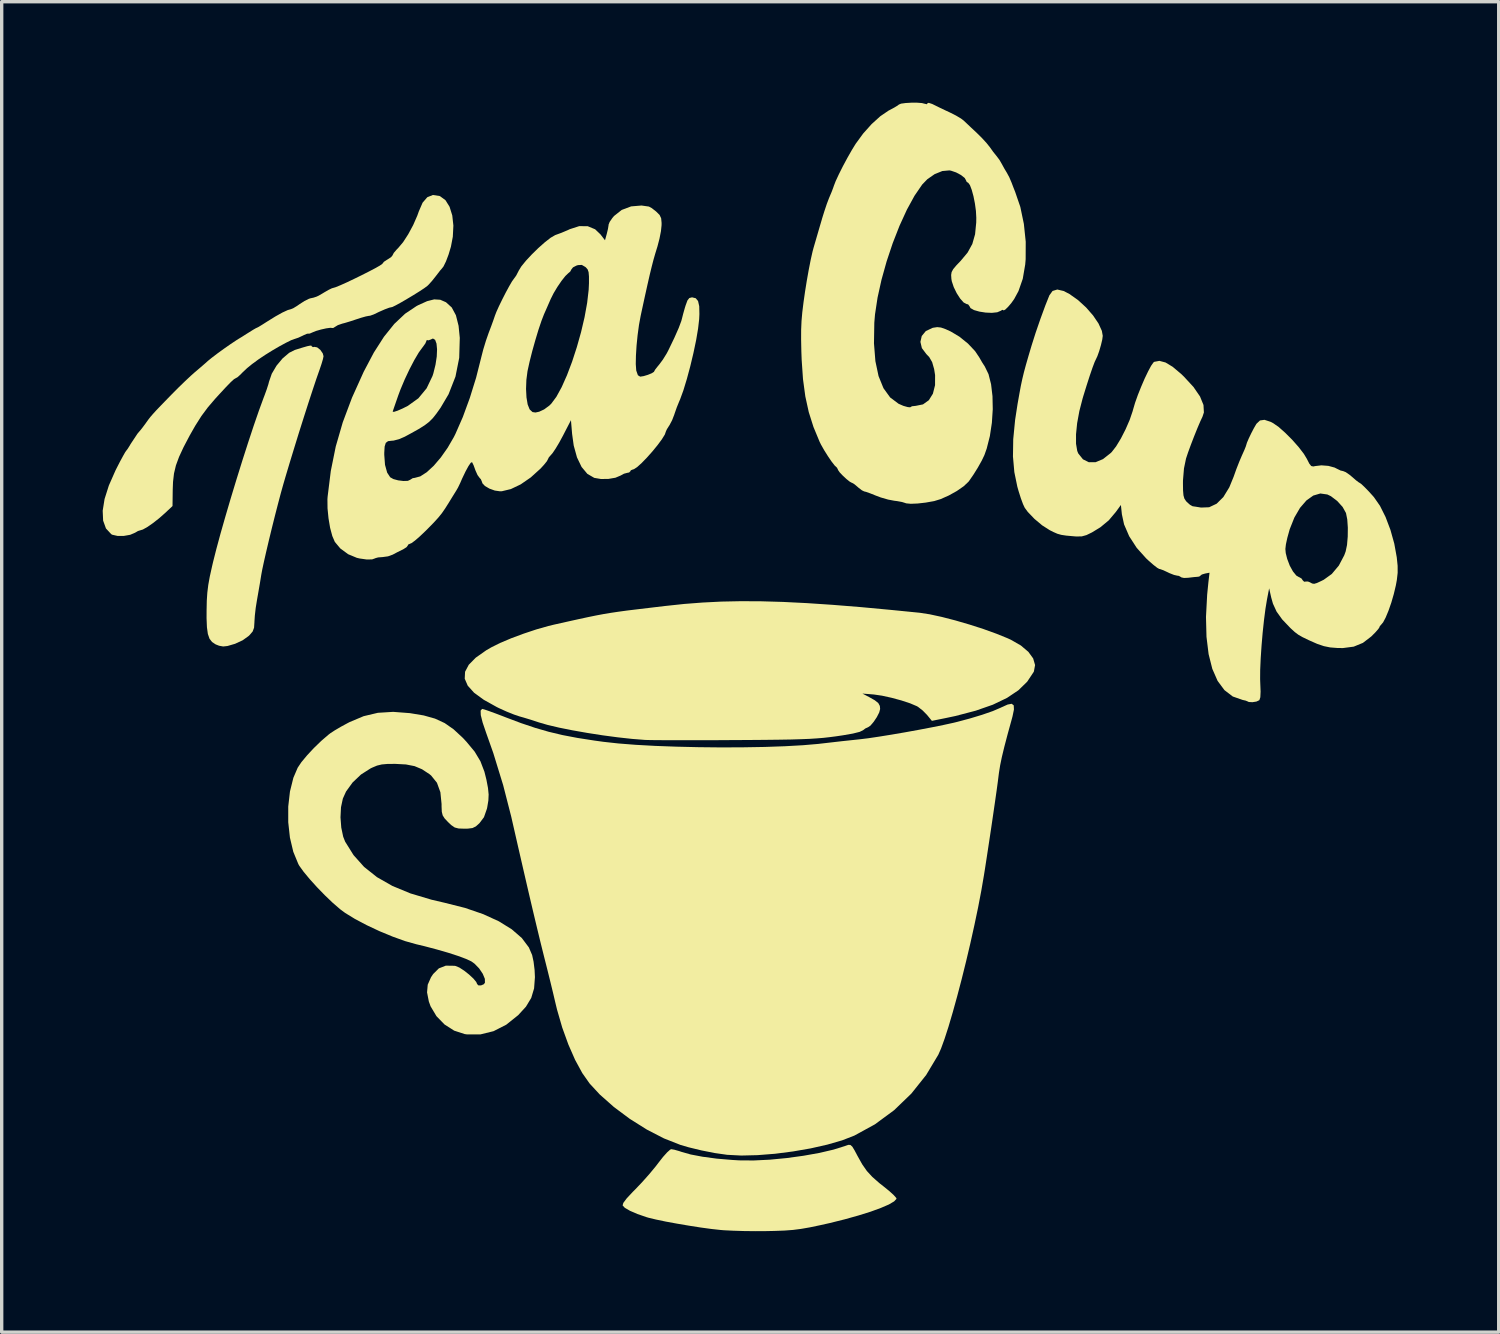
<source format=kicad_pcb>
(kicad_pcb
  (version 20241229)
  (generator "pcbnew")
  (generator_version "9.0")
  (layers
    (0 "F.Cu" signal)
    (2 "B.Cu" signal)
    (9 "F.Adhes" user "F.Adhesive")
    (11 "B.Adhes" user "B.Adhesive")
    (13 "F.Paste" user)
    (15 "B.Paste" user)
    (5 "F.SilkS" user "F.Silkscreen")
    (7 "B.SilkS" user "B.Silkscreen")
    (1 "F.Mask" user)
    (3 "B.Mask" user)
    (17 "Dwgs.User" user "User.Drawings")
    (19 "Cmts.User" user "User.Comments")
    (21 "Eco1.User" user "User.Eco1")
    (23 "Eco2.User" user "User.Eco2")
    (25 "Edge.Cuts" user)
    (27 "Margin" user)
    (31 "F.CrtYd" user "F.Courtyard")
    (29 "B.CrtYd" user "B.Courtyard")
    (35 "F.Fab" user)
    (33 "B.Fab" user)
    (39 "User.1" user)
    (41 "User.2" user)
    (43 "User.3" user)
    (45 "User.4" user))
  (footprint "Teacup-logo"
    (layer "F.Cu")
    (at 19.284 17.956)
    (property "Reference" "Teacup-logo" (at 0 0 0) (unlocked yes) (layer "F.SilkS") (effects (font (size 0.6 0.5) (thickness 0.12))))
    (attr board_only exclude_from_pos_files exclude_from_bom)
    (fp_poly (pts (xy 2.925 13.001) (xy 2.98 13.05) (xy 3.047 13.16) (xy 3.135 13.326) (xy 3.275 13.576) (xy 3.413 13.774) (xy 3.576 13.951) (xy 3.787 14.136) (xy 3.918 14.239) (xy 4.083 14.373) (xy 4.21 14.489) (xy 4.283 14.571) (xy 4.294 14.599) (xy 4.223 14.676) (xy 4.065 14.769) (xy 3.828 14.871) (xy 3.525 14.982) (xy 3.163 15.095) (xy 2.756 15.209) (xy 2.311 15.32) (xy 2.029 15.383) (xy 1.719 15.448) (xy 1.46 15.493) (xy 1.22 15.524) (xy 0.966 15.543) (xy 0.666 15.554) (xy 0.426 15.559) (xy 0.096 15.561) (xy -0.245 15.557) (xy -0.564 15.547) (xy -0.83 15.534) (xy -0.927 15.526) (xy -1.202 15.496) (xy -1.526 15.452) (xy -1.876 15.397) (xy -2.229 15.337) (xy -2.561 15.276) (xy -2.848 15.216) (xy -3.069 15.163) (xy -3.131 15.145) (xy -3.403 15.051) (xy -3.623 14.956) (xy -3.774 14.869) (xy -3.842 14.797) (xy -3.821 14.722) (xy -3.722 14.589) (xy -3.543 14.397) (xy -3.471 14.325) (xy -3.266 14.11) (xy -3.048 13.865) (xy -2.853 13.629) (xy -2.776 13.528) (xy -2.642 13.357) (xy -2.522 13.223) (xy -2.432 13.142) (xy -2.399 13.126) (xy -2.304 13.142) (xy -2.16 13.183) (xy -2.098 13.204) (xy -1.821 13.283) (xy -1.463 13.351) (xy -1.044 13.407) (xy -0.583 13.446) (xy -0.376 13.458) (xy 0.052 13.461) (xy 0.528 13.438) (xy 1.027 13.39) (xy 1.525 13.322) (xy 1.998 13.238) (xy 2.421 13.139) (xy 2.77 13.03) (xy 2.784 13.024) (xy 2.865 12.997)) (stroke (width 0) (type solid)) (fill yes) (layer "F.SilkS"))
    (fp_poly (pts (xy -13.084 -10.739) (xy -13.076 -10.72) (xy -13.039 -10.695) (xy -12.999 -10.704) (xy -12.915 -10.689) (xy -12.821 -10.615) (xy -12.748 -10.511) (xy -12.725 -10.426) (xy -12.742 -10.341) (xy -12.785 -10.195) (xy -12.844 -10.021) (xy -12.932 -9.771) (xy -13.042 -9.442) (xy -13.169 -9.054) (xy -13.307 -8.624) (xy -13.451 -8.169) (xy -13.593 -7.709) (xy -13.73 -7.261) (xy -13.855 -6.843) (xy -13.922 -6.613) (xy -13.995 -6.352) (xy -14.078 -6.037) (xy -14.168 -5.688) (xy -14.259 -5.323) (xy -14.347 -4.961) (xy -14.427 -4.621) (xy -14.495 -4.322) (xy -14.546 -4.084) (xy -14.574 -3.933) (xy -14.612 -3.699) (xy -14.659 -3.427) (xy -14.702 -3.181) (xy -14.739 -2.951) (xy -14.765 -2.722) (xy -14.777 -2.54) (xy -14.777 -2.528) (xy -14.788 -2.363) (xy -14.83 -2.25) (xy -14.924 -2.14) (xy -14.952 -2.114) (xy -15.127 -1.989) (xy -15.351 -1.885) (xy -15.577 -1.819) (xy -15.706 -1.805) (xy -15.827 -1.827) (xy -15.931 -1.868) (xy -16.036 -1.938) (xy -16.111 -2.035) (xy -16.16 -2.176) (xy -16.188 -2.375) (xy -16.199 -2.647) (xy -16.198 -2.884) (xy -16.192 -3.167) (xy -16.176 -3.406) (xy -16.148 -3.633) (xy -16.103 -3.882) (xy -16.036 -4.183) (xy -16.006 -4.312) (xy -15.909 -4.696) (xy -15.786 -5.152) (xy -15.641 -5.66) (xy -15.481 -6.204) (xy -15.311 -6.764) (xy -15.137 -7.323) (xy -14.964 -7.862) (xy -14.798 -8.364) (xy -14.644 -8.81) (xy -14.508 -9.182) (xy -14.475 -9.268) (xy -14.412 -9.442) (xy -14.362 -9.597) (xy -14.344 -9.669) (xy -14.262 -9.906) (xy -14.121 -10.145) (xy -13.941 -10.361) (xy -13.744 -10.528) (xy -13.577 -10.612) (xy -13.352 -10.682) (xy -13.206 -10.724) (xy -13.122 -10.741)) (stroke (width 0) (type solid)) (fill yes) (layer "F.SilkS"))
    (fp_poly (pts (xy 0.276 -3.147) (xy 0.927 -3.128) (xy 1.629 -3.093) (xy 2.393 -3.042) (xy 3.227 -2.975) (xy 4.141 -2.89) (xy 4.985 -2.806) (xy 5.277 -2.761) (xy 5.637 -2.683) (xy 6.04 -2.579) (xy 6.462 -2.456) (xy 6.878 -2.322) (xy 7.263 -2.183) (xy 7.595 -2.048) (xy 7.691 -2.004) (xy 7.987 -1.834) (xy 8.209 -1.646) (xy 8.352 -1.45) (xy 8.409 -1.253) (xy 8.374 -1.064) (xy 8.365 -1.045) (xy 8.174 -0.758) (xy 7.912 -0.503) (xy 7.573 -0.276) (xy 7.153 -0.075) (xy 6.646 0.102) (xy 6.048 0.259) (xy 5.741 0.324) (xy 5.344 0.404) (xy 5.198 0.226) (xy 5.07 0.096) (xy 4.934 -0.01) (xy 4.899 -0.031) (xy 4.699 -0.116) (xy 4.435 -0.203) (xy 4.143 -0.282) (xy 3.86 -0.344) (xy 3.62 -0.379) (xy 3.607 -0.38) (xy 3.281 -0.406) (xy 3.475 -0.305) (xy 3.65 -0.206) (xy 3.752 -0.124) (xy 3.798 -0.04) (xy 3.807 0.051) (xy 3.779 0.156) (xy 3.709 0.293) (xy 3.616 0.432) (xy 3.521 0.544) (xy 3.444 0.597) (xy 3.436 0.599) (xy 3.366 0.631) (xy 3.299 0.683) (xy 3.199 0.731) (xy 3 0.781) (xy 2.703 0.833) (xy 2.494 0.864) (xy 2.308 0.888) (xy 2.122 0.909) (xy 1.925 0.925) (xy 1.706 0.939) (xy 1.452 0.949) (xy 1.153 0.958) (xy 0.796 0.964) (xy 0.37 0.969) (xy -0.137 0.973) (xy -0.551 0.975) (xy -1.037 0.978) (xy -1.501 0.979) (xy -1.932 0.979) (xy -2.319 0.979) (xy -2.65 0.978) (xy -2.914 0.976) (xy -3.098 0.973) (xy -3.181 0.97) (xy -3.563 0.94) (xy -3.989 0.893) (xy -4.44 0.833) (xy -4.894 0.762) (xy -5.332 0.685) (xy -5.731 0.605) (xy -6.073 0.524) (xy -6.335 0.448) (xy -6.337 0.447) (xy -6.553 0.376) (xy -6.78 0.307) (xy -6.901 0.273) (xy -7.07 0.216) (xy -7.287 0.129) (xy -7.514 0.026) (xy -7.577 -0.005) (xy -7.965 -0.221) (xy -8.254 -0.432) (xy -8.442 -0.641) (xy -8.531 -0.847) (xy -8.521 -1.054) (xy -8.411 -1.262) (xy -8.203 -1.473) (xy -7.895 -1.69) (xy -7.742 -1.779) (xy -7.48 -1.909) (xy -7.15 -2.049) (xy -6.781 -2.186) (xy -6.403 -2.312) (xy -6.047 -2.413) (xy -5.887 -2.452) (xy -5.481 -2.543) (xy -5.147 -2.617) (xy -4.869 -2.677) (xy -4.629 -2.726) (xy -4.411 -2.767) (xy -4.196 -2.803) (xy -3.968 -2.837) (xy -3.711 -2.872) (xy -3.406 -2.909) (xy -3.037 -2.953) (xy -2.586 -3.007) (xy -2.555 -3.01) (xy -2.013 -3.068) (xy -1.468 -3.11) (xy -0.912 -3.138) (xy -0.334 -3.15)) (stroke (width 0) (type solid)) (fill yes) (layer "F.SilkS"))
    (fp_poly (pts (xy 7.775 -0.056) (xy 7.781 0.067) (xy 7.739 0.271) (xy 7.715 0.36) (xy 7.592 0.807) (xy 7.496 1.173) (xy 7.423 1.475) (xy 7.371 1.727) (xy 7.336 1.946) (xy 7.324 2.04) (xy 7.302 2.215) (xy 7.267 2.473) (xy 7.221 2.795) (xy 7.167 3.166) (xy 7.108 3.569) (xy 7.045 3.987) (xy 6.982 4.402) (xy 6.921 4.798) (xy 6.891 4.985) (xy 6.813 5.441) (xy 6.718 5.939) (xy 6.608 6.464) (xy 6.488 7.005) (xy 6.36 7.547) (xy 6.228 8.079) (xy 6.094 8.589) (xy 5.963 9.062) (xy 5.838 9.486) (xy 5.721 9.848) (xy 5.616 10.137) (xy 5.535 10.32) (xy 5.174 10.923) (xy 4.733 11.476) (xy 4.222 11.968) (xy 3.652 12.388) (xy 3.042 12.722) (xy 2.679 12.863) (xy 2.24 12.99) (xy 1.745 13.102) (xy 1.22 13.193) (xy 0.686 13.262) (xy 0.166 13.303) (xy -0.317 13.315) (xy -0.74 13.293) (xy -0.751 13.291) (xy -1.103 13.241) (xy -1.497 13.163) (xy -1.881 13.07) (xy -2.129 12.997) (xy -2.616 12.805) (xy -3.123 12.543) (xy -3.626 12.227) (xy -4.1 11.874) (xy -4.52 11.502) (xy -4.819 11.179) (xy -5.038 10.868) (xy -5.252 10.475) (xy -5.453 10.017) (xy -5.635 9.514) (xy -5.789 8.982) (xy -5.835 8.792) (xy -5.903 8.503) (xy -5.98 8.185) (xy -6.053 7.89) (xy -6.084 7.765) (xy -6.18 7.385) (xy -6.282 6.975) (xy -6.391 6.524) (xy -6.51 6.025) (xy -6.641 5.466) (xy -6.786 4.839) (xy -6.948 4.134) (xy -7.129 3.341) (xy -7.148 3.256) (xy -7.389 2.316) (xy -7.683 1.359) (xy -7.894 0.763) (xy -7.999 0.455) (xy -8.054 0.235) (xy -8.059 0.1) (xy -8.015 0.05) (xy -8.01 0.05) (xy -7.944 0.067) (xy -7.805 0.115) (xy -7.61 0.186) (xy -7.379 0.274) (xy -7.321 0.297) (xy -6.859 0.471) (xy -6.44 0.612) (xy -6.039 0.728) (xy -5.629 0.826) (xy -5.184 0.911) (xy -4.678 0.99) (xy -4.409 1.027) (xy -3.973 1.075) (xy -3.454 1.116) (xy -2.872 1.148) (xy -2.243 1.171) (xy -1.585 1.186) (xy -0.916 1.193) (xy -0.254 1.19) (xy 0.383 1.179) (xy 0.978 1.158) (xy 1.512 1.128) (xy 1.969 1.089) (xy 2.054 1.079) (xy 2.359 1.044) (xy 2.682 1.007) (xy 2.982 0.975) (xy 3.206 0.951) (xy 3.453 0.921) (xy 3.774 0.873) (xy 4.147 0.813) (xy 4.549 0.744) (xy 4.957 0.67) (xy 5.349 0.595) (xy 5.7 0.524) (xy 5.988 0.461) (xy 6.062 0.443) (xy 6.469 0.335) (xy 6.839 0.223) (xy 7.153 0.114) (xy 7.389 0.013) (xy 7.407 0.004) (xy 7.593 -0.08) (xy 7.714 -0.103)) (stroke (width 0) (type solid)) (fill yes) (layer "F.SilkS"))
    (fp_poly (pts (xy -10.159 0.175) (xy -9.75 0.243) (xy -9.415 0.337) (xy -9.127 0.47) (xy -8.862 0.655) (xy -8.593 0.904) (xy -8.477 1.028) (xy -8.235 1.32) (xy -8.065 1.604) (xy -7.946 1.915) (xy -7.887 2.151) (xy -7.84 2.399) (xy -7.821 2.591) (xy -7.829 2.769) (xy -7.863 2.973) (xy -7.872 3.015) (xy -7.96 3.266) (xy -8.093 3.443) (xy -8.2 3.539) (xy -8.301 3.588) (xy -8.437 3.605) (xy -8.543 3.607) (xy -8.714 3.601) (xy -8.829 3.571) (xy -8.932 3.5) (xy -9.024 3.413) (xy -9.127 3.304) (xy -9.185 3.213) (xy -9.212 3.106) (xy -9.219 2.946) (xy -9.219 2.874) (xy -9.254 2.524) (xy -9.356 2.243) (xy -9.529 2.028) (xy -9.579 1.987) (xy -9.799 1.842) (xy -10.021 1.749) (xy -10.277 1.699) (xy -10.596 1.682) (xy -10.828 1.684) (xy -10.996 1.699) (xy -11.136 1.733) (xy -11.281 1.794) (xy -11.332 1.819) (xy -11.612 1.998) (xy -11.862 2.235) (xy -12.056 2.503) (xy -12.151 2.713) (xy -12.206 2.97) (xy -12.221 3.27) (xy -12.198 3.574) (xy -12.141 3.845) (xy -12.083 3.992) (xy -11.833 4.392) (xy -11.52 4.742) (xy -11.138 5.046) (xy -10.68 5.307) (xy -10.141 5.53) (xy -9.515 5.717) (xy -9.129 5.807) (xy -8.522 5.96) (xy -7.983 6.145) (xy -7.519 6.357) (xy -7.135 6.595) (xy -6.835 6.855) (xy -6.626 7.134) (xy -6.529 7.36) (xy -6.486 7.559) (xy -6.456 7.803) (xy -6.446 8.016) (xy -6.471 8.351) (xy -6.556 8.634) (xy -6.713 8.894) (xy -6.943 9.145) (xy -7.298 9.429) (xy -7.675 9.621) (xy -8.065 9.717) (xy -8.462 9.717) (xy -8.533 9.707) (xy -8.845 9.605) (xy -9.131 9.422) (xy -9.371 9.175) (xy -9.545 8.883) (xy -9.597 8.74) (xy -9.65 8.469) (xy -9.63 8.24) (xy -9.533 8.02) (xy -9.469 7.924) (xy -9.3 7.756) (xy -9.093 7.675) (xy -8.838 7.679) (xy -8.801 7.685) (xy -8.691 7.731) (xy -8.55 7.822) (xy -8.403 7.938) (xy -8.274 8.058) (xy -8.188 8.161) (xy -8.166 8.215) (xy -8.129 8.26) (xy -8.048 8.262) (xy -7.966 8.228) (xy -7.931 8.183) (xy -7.933 8.067) (xy -7.996 7.916) (xy -8.104 7.756) (xy -8.239 7.617) (xy -8.335 7.548) (xy -8.492 7.475) (xy -8.728 7.387) (xy -9.024 7.291) (xy -9.364 7.193) (xy -9.727 7.097) (xy -9.97 7.039) (xy -10.301 6.946) (xy -10.673 6.812) (xy -11.062 6.651) (xy -11.443 6.472) (xy -11.791 6.288) (xy -12.083 6.109) (xy -12.23 6) (xy -12.45 5.81) (xy -12.685 5.585) (xy -12.919 5.344) (xy -13.135 5.105) (xy -13.316 4.887) (xy -13.444 4.709) (xy -13.473 4.658) (xy -13.623 4.293) (xy -13.723 3.871) (xy -13.773 3.415) (xy -13.773 2.951) (xy -13.722 2.503) (xy -13.621 2.096) (xy -13.492 1.795) (xy -13.382 1.631) (xy -13.214 1.429) (xy -13.011 1.211) (xy -12.793 1) (xy -12.584 0.82) (xy -12.525 0.774) (xy -12.397 0.69) (xy -12.214 0.582) (xy -12.007 0.47) (xy -11.949 0.44) (xy -11.533 0.265) (xy -11.11 0.165) (xy -10.657 0.137)) (stroke (width 0) (type solid)) (fill yes) (layer "F.SilkS"))
    (fp_poly (pts (xy -9.282 -15.185) (xy -9.265 -15.179) (xy -9.103 -15.06) (xy -8.981 -14.864) (xy -8.901 -14.607) (xy -8.868 -14.305) (xy -8.885 -13.974) (xy -8.941 -13.679) (xy -9.011 -13.446) (xy -9.088 -13.242) (xy -9.162 -13.091) (xy -9.213 -13.026) (xy -9.259 -12.974) (xy -9.34 -12.869) (xy -9.393 -12.8) (xy -9.503 -12.662) (xy -9.608 -12.546) (xy -9.643 -12.513) (xy -9.735 -12.445) (xy -9.881 -12.349) (xy -10.059 -12.238) (xy -10.248 -12.125) (xy -10.428 -12.02) (xy -10.578 -11.938) (xy -10.678 -11.889) (xy -10.706 -11.882) (xy -10.774 -11.867) (xy -10.907 -11.817) (xy -11.078 -11.742) (xy -11.234 -11.667) (xy -11.342 -11.629) (xy -11.389 -11.623) (xy -11.47 -11.607) (xy -11.612 -11.567) (xy -11.753 -11.521) (xy -11.932 -11.462) (xy -12.091 -11.414) (xy -12.172 -11.393) (xy -12.299 -11.349) (xy -12.368 -11.307) (xy -12.436 -11.265) (xy -12.458 -11.264) (xy -12.522 -11.27) (xy -12.647 -11.253) (xy -12.799 -11.219) (xy -12.945 -11.177) (xy -13.038 -11.14) (xy -13.133 -11.099) (xy -13.176 -11.096) (xy -13.176 -11.097) (xy -13.214 -11.094) (xy -13.31 -11.053) (xy -13.339 -11.038) (xy -13.473 -10.976) (xy -13.582 -10.939) (xy -13.591 -10.937) (xy -13.686 -10.902) (xy -13.843 -10.824) (xy -14.04 -10.717) (xy -14.254 -10.592) (xy -14.463 -10.462) (xy -14.645 -10.34) (xy -14.654 -10.334) (xy -14.849 -10.191) (xy -14.995 -10.072) (xy -15.126 -9.949) (xy -15.191 -9.882) (xy -15.279 -9.803) (xy -15.34 -9.769) (xy -15.34 -9.769) (xy -15.386 -9.742) (xy -15.479 -9.657) (xy -15.623 -9.509) (xy -15.823 -9.293) (xy -15.94 -9.165) (xy -16.16 -8.908) (xy -16.351 -8.651) (xy -16.535 -8.361) (xy -16.699 -8.073) (xy -16.882 -7.725) (xy -17.016 -7.436) (xy -17.109 -7.183) (xy -17.166 -6.944) (xy -17.195 -6.694) (xy -17.204 -6.457) (xy -17.21 -5.976) (xy -17.435 -5.765) (xy -17.61 -5.611) (xy -17.792 -5.468) (xy -17.959 -5.353) (xy -18.09 -5.279) (xy -18.152 -5.26) (xy -18.237 -5.234) (xy -18.322 -5.184) (xy -18.467 -5.122) (xy -18.655 -5.089) (xy -18.845 -5.089) (xy -18.998 -5.123) (xy -19.032 -5.142) (xy -19.187 -5.31) (xy -19.271 -5.543) (xy -19.284 -5.837) (xy -19.228 -6.186) (xy -19.101 -6.586) (xy -18.905 -7.031) (xy -18.876 -7.089) (xy -18.772 -7.292) (xy -18.681 -7.46) (xy -18.616 -7.575) (xy -18.588 -7.615) (xy -18.544 -7.672) (xy -18.476 -7.78) (xy -18.458 -7.813) (xy -18.249 -8.128) (xy -18.159 -8.234) (xy -18.098 -8.311) (xy -18.011 -8.428) (xy -17.99 -8.458) (xy -17.929 -8.543) (xy -17.866 -8.624) (xy -17.789 -8.713) (xy -17.686 -8.826) (xy -17.543 -8.975) (xy -17.349 -9.175) (xy -17.226 -9.301) (xy -17.032 -9.496) (xy -16.836 -9.686) (xy -16.664 -9.847) (xy -16.554 -9.945) (xy -16.395 -10.08) (xy -16.24 -10.214) (xy -16.161 -10.285) (xy -16.048 -10.377) (xy -15.88 -10.505) (xy -15.683 -10.648) (xy -15.485 -10.786) (xy -15.314 -10.9) (xy -15.239 -10.947) (xy -15.148 -11.002) (xy -15.013 -11.088) (xy -14.939 -11.134) (xy -14.813 -11.213) (xy -14.725 -11.263) (xy -14.702 -11.272) (xy -14.653 -11.297) (xy -14.543 -11.364) (xy -14.397 -11.457) (xy -14.392 -11.46) (xy -14.155 -11.607) (xy -13.947 -11.723) (xy -13.786 -11.797) (xy -13.697 -11.822) (xy -13.627 -11.85) (xy -13.51 -11.921) (xy -13.434 -11.974) (xy -13.29 -12.066) (xy -13.16 -12.131) (xy -13.113 -12.146) (xy -13.02 -12.166) (xy -12.988 -12.177) (xy -12.938 -12.193) (xy -12.876 -12.221) (xy -12.763 -12.286) (xy -12.7 -12.324) (xy -12.571 -12.398) (xy -12.474 -12.445) (xy -12.45 -12.451) (xy -12.369 -12.475) (xy -12.224 -12.534) (xy -12.034 -12.619) (xy -11.818 -12.722) (xy -11.593 -12.832) (xy -11.378 -12.941) (xy -11.191 -13.039) (xy -11.052 -13.118) (xy -10.979 -13.169) (xy -10.972 -13.179) (xy -10.932 -13.23) (xy -10.834 -13.295) (xy -10.821 -13.301) (xy -10.719 -13.368) (xy -10.671 -13.427) (xy -10.671 -13.431) (xy -10.638 -13.495) (xy -10.553 -13.594) (xy -10.505 -13.643) (xy -10.361 -13.814) (xy -10.208 -14.051) (xy -10.061 -14.324) (xy -9.94 -14.601) (xy -9.894 -14.729) (xy -9.782 -14.987) (xy -9.642 -15.149) (xy -9.476 -15.215)) (stroke (width 0) (type solid)) (fill yes) (layer "F.SilkS"))
    (fp_poly (pts (xy 4.906 -17.956) (xy 5.049 -17.945) (xy 5.123 -17.926) (xy 5.197 -17.91) (xy 5.21 -17.937) (xy 5.249 -17.952) (xy 5.353 -17.918) (xy 5.398 -17.896) (xy 5.548 -17.822) (xy 5.74 -17.73) (xy 5.886 -17.662) (xy 6.06 -17.574) (xy 6.208 -17.486) (xy 6.287 -17.426) (xy 6.373 -17.345) (xy 6.505 -17.22) (xy 6.656 -17.079) (xy 6.667 -17.069) (xy 6.824 -16.914) (xy 6.967 -16.758) (xy 7.066 -16.634) (xy 7.067 -16.633) (xy 7.163 -16.498) (xy 7.252 -16.387) (xy 7.267 -16.369) (xy 7.351 -16.257) (xy 7.417 -16.143) (xy 7.499 -15.994) (xy 7.567 -15.881) (xy 7.641 -15.745) (xy 7.709 -15.586) (xy 7.711 -15.581) (xy 7.767 -15.434) (xy 7.815 -15.313) (xy 7.818 -15.305) (xy 7.971 -14.859) (xy 8.076 -14.355) (xy 8.131 -13.827) (xy 8.129 -13.306) (xy 8.116 -13.15) (xy 8.043 -12.725) (xy 7.916 -12.36) (xy 7.788 -12.124) (xy 7.702 -12.003) (xy 7.608 -11.893) (xy 7.526 -11.813) (xy 7.474 -11.784) (xy 7.465 -11.797) (xy 7.434 -11.803) (xy 7.394 -11.777) (xy 7.286 -11.731) (xy 7.126 -11.714) (xy 6.94 -11.722) (xy 6.755 -11.751) (xy 6.596 -11.796) (xy 6.491 -11.855) (xy 6.463 -11.908) (xy 6.421 -11.965) (xy 6.375 -11.976) (xy 6.287 -12.022) (xy 6.184 -12.138) (xy 6.081 -12.298) (xy 5.993 -12.478) (xy 5.935 -12.652) (xy 5.923 -12.724) (xy 5.916 -12.838) (xy 5.93 -12.925) (xy 5.977 -13.012) (xy 6.07 -13.123) (xy 6.199 -13.258) (xy 6.405 -13.505) (xy 6.545 -13.76) (xy 6.627 -14.049) (xy 6.661 -14.398) (xy 6.663 -14.539) (xy 6.652 -14.742) (xy 6.622 -14.962) (xy 6.579 -15.179) (xy 6.527 -15.368) (xy 6.474 -15.508) (xy 6.423 -15.577) (xy 6.411 -15.581) (xy 6.366 -15.62) (xy 6.362 -15.643) (xy 6.319 -15.72) (xy 6.209 -15.807) (xy 6.063 -15.885) (xy 5.91 -15.937) (xy 5.862 -15.945) (xy 5.654 -15.926) (xy 5.426 -15.834) (xy 5.209 -15.683) (xy 5.057 -15.526) (xy 4.828 -15.192) (xy 4.601 -14.777) (xy 4.383 -14.301) (xy 4.18 -13.782) (xy 3.999 -13.24) (xy 3.847 -12.695) (xy 3.73 -12.165) (xy 3.655 -11.67) (xy 3.634 -11.422) (xy 3.624 -10.808) (xy 3.666 -10.279) (xy 3.76 -9.835) (xy 3.906 -9.476) (xy 4.104 -9.202) (xy 4.354 -9.014) (xy 4.496 -8.952) (xy 4.623 -8.916) (xy 4.699 -8.908) (xy 4.709 -8.915) (xy 4.753 -8.94) (xy 4.858 -8.951) (xy 4.86 -8.951) (xy 5.08 -8.995) (xy 5.253 -9.119) (xy 5.374 -9.313) (xy 5.438 -9.566) (xy 5.439 -9.866) (xy 5.411 -10.043) (xy 5.352 -10.25) (xy 5.265 -10.4) (xy 5.18 -10.489) (xy 5.047 -10.666) (xy 5.003 -10.852) (xy 5.043 -11.027) (xy 5.163 -11.172) (xy 5.357 -11.265) (xy 5.383 -11.272) (xy 5.502 -11.29) (xy 5.614 -11.278) (xy 5.751 -11.23) (xy 5.902 -11.161) (xy 6.165 -11.004) (xy 6.416 -10.801) (xy 6.626 -10.578) (xy 6.749 -10.395) (xy 6.835 -10.246) (xy 6.916 -10.12) (xy 7.026 -9.894) (xy 7.102 -9.594) (xy 7.144 -9.24) (xy 7.152 -8.852) (xy 7.126 -8.45) (xy 7.066 -8.053) (xy 6.972 -7.682) (xy 6.904 -7.49) (xy 6.825 -7.325) (xy 6.709 -7.118) (xy 6.578 -6.908) (xy 6.456 -6.731) (xy 6.431 -6.698) (xy 6.29 -6.565) (xy 6.084 -6.422) (xy 5.845 -6.289) (xy 5.604 -6.182) (xy 5.411 -6.123) (xy 5.157 -6.078) (xy 4.918 -6.051) (xy 4.717 -6.043) (xy 4.58 -6.056) (xy 4.547 -6.068) (xy 4.457 -6.096) (xy 4.31 -6.123) (xy 4.229 -6.133) (xy 4.044 -6.168) (xy 3.826 -6.231) (xy 3.682 -6.285) (xy 3.52 -6.35) (xy 3.392 -6.396) (xy 3.331 -6.411) (xy 3.264 -6.444) (xy 3.164 -6.521) (xy 3.145 -6.538) (xy 3.047 -6.621) (xy 2.977 -6.663) (xy 2.971 -6.664) (xy 2.907 -6.698) (xy 2.805 -6.779) (xy 2.695 -6.882) (xy 2.602 -6.98) (xy 2.556 -7.048) (xy 2.555 -7.055) (xy 2.524 -7.118) (xy 2.517 -7.122) (xy 2.457 -7.179) (xy 2.364 -7.299) (xy 2.255 -7.459) (xy 2.145 -7.634) (xy 2.051 -7.8) (xy 2.01 -7.883) (xy 1.827 -8.324) (xy 1.687 -8.766) (xy 1.585 -9.232) (xy 1.516 -9.744) (xy 1.476 -10.322) (xy 1.467 -10.571) (xy 1.46 -10.922) (xy 1.461 -11.211) (xy 1.472 -11.47) (xy 1.495 -11.732) (xy 1.532 -12.032) (xy 1.576 -12.34) (xy 1.628 -12.665) (xy 1.686 -12.991) (xy 1.745 -13.291) (xy 1.8 -13.536) (xy 1.832 -13.655) (xy 1.909 -13.919) (xy 1.996 -14.218) (xy 2.076 -14.49) (xy 2.081 -14.51) (xy 2.151 -14.734) (xy 2.223 -14.949) (xy 2.286 -15.115) (xy 2.3 -15.149) (xy 2.367 -15.307) (xy 2.42 -15.449) (xy 2.43 -15.48) (xy 2.486 -15.625) (xy 2.581 -15.83) (xy 2.702 -16.071) (xy 2.837 -16.322) (xy 2.972 -16.559) (xy 3.079 -16.733) (xy 3.303 -17.04) (xy 3.554 -17.32) (xy 3.812 -17.554) (xy 4.056 -17.72) (xy 4.085 -17.735) (xy 4.227 -17.811) (xy 4.331 -17.874) (xy 4.364 -17.901) (xy 4.43 -17.928) (xy 4.564 -17.946) (xy 4.734 -17.956)) (stroke (width 0) (type solid)) (fill yes) (layer "F.SilkS"))
    (fp_poly (pts (xy 9.257 -12.363) (xy 9.431 -12.273) (xy 9.686 -12.092) (xy 9.924 -11.874) (xy 10.131 -11.637) (xy 10.292 -11.399) (xy 10.392 -11.18) (xy 10.419 -11.031) (xy 10.404 -10.919) (xy 10.365 -10.755) (xy 10.313 -10.577) (xy 10.259 -10.426) (xy 10.221 -10.345) (xy 10.179 -10.257) (xy 10.115 -10.087) (xy 10.033 -9.848) (xy 9.939 -9.556) (xy 9.836 -9.223) (xy 9.82 -9.168) (xy 9.724 -8.796) (xy 9.658 -8.436) (xy 9.625 -8.107) (xy 9.625 -7.827) (xy 9.661 -7.613) (xy 9.691 -7.539) (xy 9.831 -7.364) (xy 10.006 -7.277) (xy 10.208 -7.279) (xy 10.426 -7.37) (xy 10.652 -7.548) (xy 10.685 -7.58) (xy 10.815 -7.747) (xy 10.957 -7.981) (xy 11.096 -8.253) (xy 11.218 -8.533) (xy 11.306 -8.791) (xy 11.32 -8.842) (xy 11.379 -9.043) (xy 11.462 -9.276) (xy 11.56 -9.521) (xy 11.663 -9.761) (xy 11.765 -9.973) (xy 11.854 -10.14) (xy 11.924 -10.24) (xy 11.947 -10.259) (xy 12.102 -10.288) (xy 12.283 -10.24) (xy 12.495 -10.112) (xy 12.747 -9.9) (xy 12.83 -9.82) (xy 13.114 -9.512) (xy 13.308 -9.23) (xy 13.411 -8.977) (xy 13.423 -8.755) (xy 13.381 -8.629) (xy 13.316 -8.49) (xy 13.229 -8.286) (xy 13.132 -8.045) (xy 13.036 -7.796) (xy 12.953 -7.569) (xy 12.894 -7.392) (xy 12.893 -7.39) (xy 12.831 -7.092) (xy 12.802 -6.738) (xy 12.801 -6.655) (xy 12.804 -6.437) (xy 12.816 -6.294) (xy 12.843 -6.198) (xy 12.891 -6.125) (xy 12.914 -6.099) (xy 13.01 -6.013) (xy 13.087 -5.97) (xy 13.089 -5.97) (xy 13.177 -5.957) (xy 13.313 -5.935) (xy 13.339 -5.931) (xy 13.579 -5.94) (xy 13.801 -6.045) (xy 14.001 -6.243) (xy 14.177 -6.531) (xy 14.305 -6.843) (xy 14.386 -7.07) (xy 14.475 -7.297) (xy 14.553 -7.48) (xy 14.56 -7.495) (xy 14.625 -7.64) (xy 14.668 -7.747) (xy 14.679 -7.783) (xy 14.701 -7.856) (xy 14.756 -7.985) (xy 14.831 -8.141) (xy 14.91 -8.293) (xy 14.978 -8.409) (xy 14.986 -8.421) (xy 15.089 -8.518) (xy 15.222 -8.537) (xy 15.4 -8.479) (xy 15.48 -8.438) (xy 15.644 -8.324) (xy 15.839 -8.151) (xy 16.045 -7.945) (xy 16.237 -7.728) (xy 16.392 -7.526) (xy 16.481 -7.378) (xy 16.554 -7.235) (xy 16.61 -7.165) (xy 16.671 -7.151) (xy 16.729 -7.163) (xy 16.912 -7.185) (xy 17.12 -7.169) (xy 17.305 -7.119) (xy 17.37 -7.086) (xy 17.483 -7.031) (xy 17.558 -7.014) (xy 17.637 -6.982) (xy 17.754 -6.901) (xy 17.829 -6.838) (xy 17.943 -6.739) (xy 18.027 -6.676) (xy 18.052 -6.663) (xy 18.1 -6.629) (xy 18.194 -6.54) (xy 18.314 -6.417) (xy 18.439 -6.279) (xy 18.474 -6.239) (xy 18.653 -5.982) (xy 18.819 -5.65) (xy 18.964 -5.267) (xy 19.078 -4.858) (xy 19.151 -4.455) (xy 19.177 -4.202) (xy 19.178 -3.994) (xy 19.154 -3.781) (xy 19.124 -3.618) (xy 19.064 -3.365) (xy 18.989 -3.106) (xy 18.905 -2.865) (xy 18.821 -2.663) (xy 18.746 -2.522) (xy 18.706 -2.474) (xy 18.646 -2.405) (xy 18.637 -2.376) (xy 18.603 -2.323) (xy 18.515 -2.223) (xy 18.393 -2.101) (xy 18.146 -1.912) (xy 17.873 -1.8) (xy 17.553 -1.758) (xy 17.387 -1.76) (xy 17.173 -1.777) (xy 16.986 -1.815) (xy 16.786 -1.883) (xy 16.539 -1.992) (xy 16.533 -1.995) (xy 16.351 -2.083) (xy 16.226 -2.155) (xy 16.12 -2.235) (xy 15.998 -2.347) (xy 15.988 -2.357) (xy 15.749 -2.608) (xy 15.583 -2.839) (xy 15.474 -3.076) (xy 15.423 -3.257) (xy 15.361 -3.532) (xy 15.298 -3.206) (xy 15.252 -2.928) (xy 15.208 -2.588) (xy 15.168 -2.212) (xy 15.135 -1.825) (xy 15.11 -1.45) (xy 15.095 -1.112) (xy 15.093 -0.835) (xy 15.097 -0.722) (xy 15.107 -0.464) (xy 15.099 -0.296) (xy 15.071 -0.212) (xy 15.068 -0.209) (xy 14.984 -0.169) (xy 14.864 -0.15) (xy 14.757 -0.156) (xy 14.724 -0.172) (xy 14.663 -0.197) (xy 14.574 -0.217) (xy 14.281 -0.319) (xy 14.033 -0.509) (xy 13.83 -0.783) (xy 13.673 -1.14) (xy 13.563 -1.577) (xy 13.5 -2.092) (xy 13.485 -2.681) (xy 13.52 -3.343) (xy 13.557 -3.714) (xy 13.59 -3.996) (xy 13.458 -3.971) (xy 13.361 -3.942) (xy 13.326 -3.913) (xy 13.285 -3.882) (xy 13.239 -3.875) (xy 13.131 -3.866) (xy 12.984 -3.849) (xy 12.962 -3.846) (xy 12.833 -3.84) (xy 12.753 -3.857) (xy 12.746 -3.864) (xy 12.679 -3.902) (xy 12.632 -3.908) (xy 12.536 -3.93) (xy 12.398 -3.984) (xy 12.349 -4.008) (xy 12.216 -4.07) (xy 12.117 -4.105) (xy 12.096 -4.108) (xy 12.037 -4.141) (xy 11.925 -4.228) (xy 11.782 -4.353) (xy 11.709 -4.421) (xy 11.457 -4.701) (xy 15.843 -4.701) (xy 15.854 -4.578) (xy 15.891 -4.43) (xy 15.898 -4.404) (xy 15.973 -4.206) (xy 16.068 -4.034) (xy 16.168 -3.911) (xy 16.258 -3.858) (xy 16.266 -3.858) (xy 16.33 -3.817) (xy 16.351 -3.779) (xy 16.401 -3.727) (xy 16.432 -3.732) (xy 16.511 -3.735) (xy 16.57 -3.712) (xy 16.639 -3.675) (xy 16.699 -3.666) (xy 16.78 -3.69) (xy 16.911 -3.751) (xy 16.983 -3.787) (xy 17.221 -3.958) (xy 17.43 -4.207) (xy 17.592 -4.514) (xy 17.634 -4.629) (xy 17.674 -4.821) (xy 17.695 -5.069) (xy 17.698 -5.334) (xy 17.681 -5.579) (xy 17.644 -5.765) (xy 17.642 -5.771) (xy 17.543 -5.949) (xy 17.383 -6.126) (xy 17.196 -6.268) (xy 17.091 -6.319) (xy 16.882 -6.349) (xy 16.671 -6.287) (xy 16.468 -6.142) (xy 16.278 -5.922) (xy 16.11 -5.634) (xy 15.972 -5.288) (xy 15.901 -5.033) (xy 15.859 -4.839) (xy 15.843 -4.701) (xy 11.457 -4.701) (xy 11.427 -4.735) (xy 11.204 -5.079) (xy 11.052 -5.431) (xy 10.987 -5.731) (xy 10.958 -6.008) (xy 10.808 -5.801) (xy 10.597 -5.551) (xy 10.351 -5.347) (xy 10.101 -5.194) (xy 9.935 -5.113) (xy 9.797 -5.075) (xy 9.633 -5.072) (xy 9.544 -5.079) (xy 9.334 -5.098) (xy 9.188 -5.12) (xy 9.073 -5.152) (xy 8.952 -5.205) (xy 8.843 -5.26) (xy 8.619 -5.403) (xy 8.39 -5.595) (xy 8.191 -5.803) (xy 8.102 -5.924) (xy 8.051 -6.032) (xy 7.986 -6.208) (xy 7.918 -6.423) (xy 7.882 -6.55) (xy 7.793 -6.983) (xy 7.752 -7.447) (xy 7.76 -7.96) (xy 7.816 -8.534) (xy 7.888 -9.003) (xy 7.941 -9.301) (xy 7.985 -9.541) (xy 8.029 -9.747) (xy 8.077 -9.947) (xy 8.136 -10.166) (xy 8.212 -10.43) (xy 8.306 -10.746) (xy 8.425 -11.121) (xy 8.566 -11.53) (xy 8.712 -11.929) (xy 8.834 -12.235) (xy 8.928 -12.364) (xy 9.069 -12.407)) (stroke (width 0) (type solid)) (fill yes) (layer "F.SilkS"))
    (fp_poly (pts (xy -3.061 -14.871) (xy -2.983 -14.829) (xy -2.871 -14.744) (xy -2.837 -14.715) (xy -2.742 -14.619) (xy -2.697 -14.522) (xy -2.684 -14.384) (xy -2.685 -14.314) (xy -2.703 -14.141) (xy -2.747 -13.916) (xy -2.808 -13.682) (xy -2.824 -13.631) (xy -2.874 -13.468) (xy -2.925 -13.29) (xy -2.978 -13.085) (xy -3.038 -12.838) (xy -3.107 -12.535) (xy -3.189 -12.165) (xy -3.287 -11.712) (xy -3.306 -11.623) (xy -3.356 -11.352) (xy -3.397 -11.048) (xy -3.428 -10.737) (xy -3.446 -10.444) (xy -3.451 -10.194) (xy -3.438 -10.014) (xy -3.436 -9.998) (xy -3.388 -9.861) (xy -3.32 -9.819) (xy -3.218 -9.835) (xy -3.091 -9.873) (xy -2.977 -9.92) (xy -2.91 -9.963) (xy -2.906 -9.973) (xy -2.876 -10.027) (xy -2.799 -10.126) (xy -2.757 -10.176) (xy -2.646 -10.325) (xy -2.532 -10.509) (xy -2.486 -10.596) (xy -2.305 -10.972) (xy -2.176 -11.264) (xy -2.098 -11.473) (xy -2.078 -11.548) (xy -2.042 -11.689) (xy -1.992 -11.866) (xy -1.97 -11.936) (xy -1.916 -12.083) (xy -1.86 -12.154) (xy -1.783 -12.174) (xy -1.776 -12.174) (xy -1.67 -12.148) (xy -1.601 -12.065) (xy -1.566 -11.911) (xy -1.561 -11.678) (xy -1.568 -11.526) (xy -1.6 -11.247) (xy -1.658 -10.904) (xy -1.738 -10.522) (xy -1.832 -10.128) (xy -1.934 -9.749) (xy -2.037 -9.411) (xy -2.136 -9.14) (xy -2.157 -9.093) (xy -2.232 -8.909) (xy -2.299 -8.718) (xy -2.307 -8.692) (xy -2.371 -8.526) (xy -2.449 -8.378) (xy -2.462 -8.359) (xy -2.526 -8.258) (xy -2.555 -8.195) (xy -2.555 -8.194) (xy -2.588 -8.1) (xy -2.676 -7.958) (xy -2.804 -7.785) (xy -2.957 -7.598) (xy -3.12 -7.415) (xy -3.276 -7.254) (xy -3.41 -7.133) (xy -3.508 -7.069) (xy -3.532 -7.064) (xy -3.599 -7.037) (xy -3.607 -7.014) (xy -3.649 -6.972) (xy -3.696 -6.964) (xy -3.802 -6.936) (xy -3.903 -6.881) (xy -4.055 -6.817) (xy -4.262 -6.782) (xy -4.484 -6.779) (xy -4.679 -6.812) (xy -4.688 -6.815) (xy -4.889 -6.932) (xy -5.061 -7.138) (xy -5.197 -7.421) (xy -5.294 -7.773) (xy -5.342 -8.119) (xy -5.376 -8.526) (xy -5.613 -8.067) (xy -5.724 -7.862) (xy -5.831 -7.683) (xy -5.918 -7.554) (xy -5.956 -7.509) (xy -6.033 -7.422) (xy -6.062 -7.362) (xy -6.094 -7.303) (xy -6.179 -7.198) (xy -6.28 -7.088) (xy -6.571 -6.825) (xy -6.87 -6.619) (xy -7.161 -6.48) (xy -7.427 -6.416) (xy -7.484 -6.414) (xy -7.638 -6.436) (xy -7.796 -6.493) (xy -7.93 -6.571) (xy -8.007 -6.653) (xy -8.016 -6.686) (xy -8.051 -6.771) (xy -8.088 -6.811) (xy -8.151 -6.897) (xy -8.211 -7.031) (xy -8.22 -7.055) (xy -8.267 -7.185) (xy -8.309 -7.271) (xy -8.315 -7.28) (xy -8.354 -7.259) (xy -8.421 -7.161) (xy -8.509 -6.999) (xy -8.609 -6.79) (xy -8.664 -6.663) (xy -8.73 -6.526) (xy -8.78 -6.439) (xy -8.84 -6.343) (xy -8.93 -6.197) (xy -9.001 -6.081) (xy -9.112 -5.905) (xy -9.21 -5.763) (xy -9.317 -5.631) (xy -9.45 -5.485) (xy -9.629 -5.302) (xy -9.709 -5.223) (xy -9.869 -5.071) (xy -10.009 -4.95) (xy -10.11 -4.876) (xy -10.148 -4.86) (xy -10.213 -4.83) (xy -10.22 -4.807) (xy -10.261 -4.753) (xy -10.362 -4.689) (xy -10.383 -4.679) (xy -10.535 -4.604) (xy -10.671 -4.532) (xy -10.81 -4.482) (xy -10.972 -4.46) (xy -10.976 -4.46) (xy -11.104 -4.45) (xy -11.184 -4.428) (xy -11.19 -4.424) (xy -11.283 -4.391) (xy -11.445 -4.389) (xy -11.65 -4.418) (xy -11.736 -4.438) (xy -11.993 -4.545) (xy -12.227 -4.717) (xy -12.389 -4.911) (xy -12.464 -5.085) (xy -12.529 -5.328) (xy -12.577 -5.612) (xy -12.606 -5.906) (xy -12.609 -6.18) (xy -12.603 -6.258) (xy -12.509 -7.017) (xy -12.362 -7.744) (xy -12.154 -8.462) (xy -12.036 -8.777) (xy -10.671 -8.777) (xy -10.631 -8.774) (xy -10.526 -8.808) (xy -10.379 -8.872) (xy -10.22 -8.952) (xy -9.908 -9.176) (xy -9.663 -9.473) (xy -9.488 -9.839) (xy -9.463 -9.916) (xy -9.399 -10.174) (xy -9.362 -10.417) (xy -9.353 -10.631) (xy -9.369 -10.8) (xy -9.41 -10.912) (xy -9.475 -10.952) (xy -9.547 -10.919) (xy -9.616 -10.896) (xy -9.636 -10.905) (xy -9.666 -10.9) (xy -9.669 -10.88) (xy -9.7 -10.806) (xy -9.774 -10.702) (xy -9.782 -10.693) (xy -9.895 -10.538) (xy -10.029 -10.311) (xy -10.172 -10.037) (xy -10.313 -9.738) (xy -10.439 -9.439) (xy -10.503 -9.268) (xy -10.573 -9.067) (xy -10.629 -8.905) (xy -10.664 -8.802) (xy -10.671 -8.777) (xy -12.036 -8.777) (xy -11.879 -9.195) (xy -11.532 -9.964) (xy -11.529 -9.97) (xy -11.231 -10.534) (xy -10.93 -11.004) (xy -10.622 -11.387) (xy -10.301 -11.689) (xy -9.962 -11.916) (xy -9.912 -11.942) (xy -9.648 -12.061) (xy -9.438 -12.114) (xy -9.258 -12.103) (xy -9.09 -12.03) (xy -9.087 -12.028) (xy -8.917 -11.874) (xy -8.793 -11.643) (xy -8.714 -11.33) (xy -8.678 -10.971) (xy -8.695 -10.377) (xy -8.806 -9.82) (xy -9.011 -9.297) (xy -9.25 -8.893) (xy -9.372 -8.721) (xy -9.478 -8.587) (xy -9.589 -8.476) (xy -9.722 -8.374) (xy -9.895 -8.265) (xy -10.128 -8.135) (xy -10.315 -8.034) (xy -10.482 -7.962) (xy -10.644 -7.92) (xy -10.698 -7.916) (xy -10.809 -7.903) (xy -10.876 -7.852) (xy -10.91 -7.743) (xy -10.921 -7.559) (xy -10.921 -7.498) (xy -10.899 -7.201) (xy -10.835 -6.969) (xy -10.745 -6.831) (xy -10.65 -6.777) (xy -10.508 -6.739) (xy -10.353 -6.72) (xy -10.221 -6.724) (xy -10.149 -6.757) (xy -10.149 -6.758) (xy -10.075 -6.804) (xy -10.015 -6.813) (xy -9.851 -6.857) (xy -9.659 -6.981) (xy -9.452 -7.172) (xy -9.242 -7.418) (xy -9.039 -7.706) (xy -8.855 -8.023) (xy -8.808 -8.117) (xy -8.588 -8.619) (xy -8.38 -9.187) (xy -8.297 -9.454) (xy -6.71 -9.454) (xy -6.697 -9.203) (xy -6.662 -8.994) (xy -6.606 -8.853) (xy -6.593 -8.836) (xy -6.517 -8.767) (xy -6.43 -8.754) (xy -6.319 -8.778) (xy -6.173 -8.846) (xy -6.018 -8.96) (xy -5.962 -9.015) (xy -5.81 -9.219) (xy -5.652 -9.507) (xy -5.495 -9.86) (xy -5.343 -10.261) (xy -5.202 -10.694) (xy -5.076 -11.141) (xy -4.972 -11.585) (xy -4.895 -12.01) (xy -4.85 -12.398) (xy -4.841 -12.592) (xy -4.841 -12.794) (xy -4.852 -12.922) (xy -4.88 -13.003) (xy -4.931 -13.062) (xy -4.949 -13.077) (xy -5.054 -13.138) (xy -5.167 -13.132) (xy -5.212 -13.118) (xy -5.315 -13.065) (xy -5.36 -13.009) (xy -5.361 -13.008) (xy -5.399 -12.938) (xy -5.457 -12.89) (xy -5.543 -12.807) (xy -5.657 -12.663) (xy -5.78 -12.483) (xy -5.893 -12.294) (xy -5.978 -12.124) (xy -6.042 -11.977) (xy -6.124 -11.79) (xy -6.176 -11.673) (xy -6.252 -11.476) (xy -6.342 -11.209) (xy -6.435 -10.9) (xy -6.526 -10.576) (xy -6.604 -10.267) (xy -6.663 -9.999) (xy -6.666 -9.986) (xy -6.7 -9.724) (xy -6.71 -9.454) (xy -8.297 -9.454) (xy -8.194 -9.785) (xy -8.044 -10.378) (xy -8.04 -10.395) (xy -7.98 -10.628) (xy -7.899 -10.893) (xy -7.819 -11.122) (xy -7.745 -11.317) (xy -7.682 -11.491) (xy -7.641 -11.61) (xy -7.637 -11.623) (xy -7.592 -11.74) (xy -7.515 -11.911) (xy -7.417 -12.112) (xy -7.312 -12.318) (xy -7.211 -12.504) (xy -7.128 -12.647) (xy -7.075 -12.721) (xy -7.004 -12.819) (xy -6.934 -12.953) (xy -6.931 -12.961) (xy -6.852 -13.091) (xy -6.715 -13.26) (xy -6.539 -13.449) (xy -6.345 -13.639) (xy -6.152 -13.81) (xy -5.979 -13.945) (xy -5.845 -14.023) (xy -5.829 -14.029) (xy -5.66 -14.091) (xy -5.47 -14.171) (xy -5.411 -14.199) (xy -5.132 -14.289) (xy -4.879 -14.288) (xy -4.658 -14.196) (xy -4.5 -14.045) (xy -4.365 -13.87) (xy -4.312 -14.061) (xy -4.277 -14.206) (xy -4.259 -14.318) (xy -4.259 -14.332) (xy -4.227 -14.414) (xy -4.146 -14.532) (xy -4.096 -14.591) (xy -3.868 -14.771) (xy -3.589 -14.876) (xy -3.28 -14.902)) (stroke (width 0) (type solid)) (fill yes) (layer "F.SilkS")))
  (gr_rect
    (start -3 -3)
    (end 41.463 36.517)
    (stroke (width 0.1) (type default))
    (fill no)
    (layer "Edge.Cuts")))
</source>
